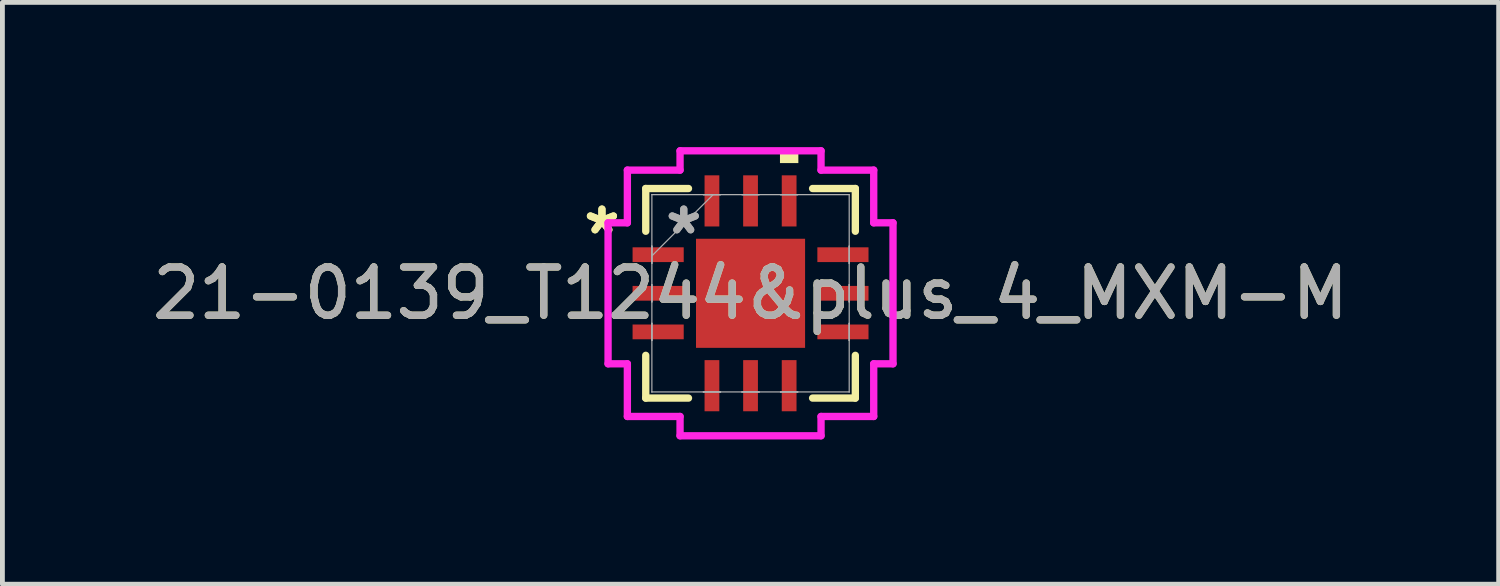
<source format=kicad_pcb>
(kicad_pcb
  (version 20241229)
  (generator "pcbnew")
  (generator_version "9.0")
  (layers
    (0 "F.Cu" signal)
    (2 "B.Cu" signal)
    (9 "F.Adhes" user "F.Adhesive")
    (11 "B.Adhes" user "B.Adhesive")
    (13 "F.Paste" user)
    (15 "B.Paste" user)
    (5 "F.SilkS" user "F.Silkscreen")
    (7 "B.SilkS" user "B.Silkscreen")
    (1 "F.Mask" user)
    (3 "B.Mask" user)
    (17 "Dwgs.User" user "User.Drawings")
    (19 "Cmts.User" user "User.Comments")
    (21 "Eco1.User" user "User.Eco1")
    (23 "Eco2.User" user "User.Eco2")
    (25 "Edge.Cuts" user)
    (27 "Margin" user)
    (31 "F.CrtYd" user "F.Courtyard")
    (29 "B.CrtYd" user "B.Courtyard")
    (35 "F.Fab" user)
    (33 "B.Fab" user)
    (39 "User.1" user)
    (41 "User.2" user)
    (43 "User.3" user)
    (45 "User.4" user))
  (footprint "21-0139_T1244&plus_4_MXM-M"
    (layer "F.Cu")
    (at 12.506 3.029)
    (property "Reference" "21-0139_T1244&plus_4_MXM-M" (at 0 0 0) (unlocked yes) (layer "F.SilkS") (effects (font (size 1 1) (thickness 0.15))))
    (attr smd)
    (fp_line (start -2.172 -2.172) (end -2.172 -1.286) (stroke (width 0.152) (type solid)) (layer "F.SilkS"))
    (fp_line (start -2.172 1.286) (end -2.172 2.172) (stroke (width 0.152) (type solid)) (layer "F.SilkS"))
    (fp_line (start -2.172 2.172) (end -1.286 2.172) (stroke (width 0.152) (type solid)) (layer "F.SilkS"))
    (fp_line (start -1.286 -2.172) (end -2.172 -2.172) (stroke (width 0.152) (type solid)) (layer "F.SilkS"))
    (fp_line (start 1.286 2.172) (end 2.172 2.172) (stroke (width 0.152) (type solid)) (layer "F.SilkS"))
    (fp_line (start 2.172 -2.172) (end 1.286 -2.172) (stroke (width 0.152) (type solid)) (layer "F.SilkS"))
    (fp_line (start 2.172 -1.286) (end 2.172 -2.172) (stroke (width 0.152) (type solid)) (layer "F.SilkS"))
    (fp_line (start 2.172 2.172) (end 2.172 1.286) (stroke (width 0.152) (type solid)) (layer "F.SilkS"))
    (fp_poly (pts (xy 0.61 -2.699) (xy 0.61 -2.953) (xy 0.991 -2.953) (xy 0.991 -2.699)) (stroke (width 0) (type solid)) (fill yes) (layer "F.SilkS"))
    (fp_line (start -2.953 -1.461) (end -2.553 -1.461) (stroke (width 0.152) (type solid)) (layer "F.CrtYd"))
    (fp_line (start -2.953 1.461) (end -2.953 -1.461) (stroke (width 0.152) (type solid)) (layer "F.CrtYd"))
    (fp_line (start -2.553 -2.553) (end -1.461 -2.553) (stroke (width 0.152) (type solid)) (layer "F.CrtYd"))
    (fp_line (start -2.553 -1.461) (end -2.553 -2.553) (stroke (width 0.152) (type solid)) (layer "F.CrtYd"))
    (fp_line (start -2.553 1.461) (end -2.953 1.461) (stroke (width 0.152) (type solid)) (layer "F.CrtYd"))
    (fp_line (start -2.553 2.553) (end -2.553 1.461) (stroke (width 0.152) (type solid)) (layer "F.CrtYd"))
    (fp_line (start -1.461 -2.953) (end 1.461 -2.953) (stroke (width 0.152) (type solid)) (layer "F.CrtYd"))
    (fp_line (start -1.461 -2.553) (end -1.461 -2.953) (stroke (width 0.152) (type solid)) (layer "F.CrtYd"))
    (fp_line (start -1.461 2.553) (end -2.553 2.553) (stroke (width 0.152) (type solid)) (layer "F.CrtYd"))
    (fp_line (start -1.461 2.953) (end -1.461 2.553) (stroke (width 0.152) (type solid)) (layer "F.CrtYd"))
    (fp_line (start 1.461 -2.953) (end 1.461 -2.553) (stroke (width 0.152) (type solid)) (layer "F.CrtYd"))
    (fp_line (start 1.461 -2.553) (end 2.553 -2.553) (stroke (width 0.152) (type solid)) (layer "F.CrtYd"))
    (fp_line (start 1.461 2.553) (end 1.461 2.953) (stroke (width 0.152) (type solid)) (layer "F.CrtYd"))
    (fp_line (start 1.461 2.953) (end -1.461 2.953) (stroke (width 0.152) (type solid)) (layer "F.CrtYd"))
    (fp_line (start 2.553 -2.553) (end 2.553 -1.461) (stroke (width 0.152) (type solid)) (layer "F.CrtYd"))
    (fp_line (start 2.553 -1.461) (end 2.953 -1.461) (stroke (width 0.152) (type solid)) (layer "F.CrtYd"))
    (fp_line (start 2.553 1.461) (end 2.553 2.553) (stroke (width 0.152) (type solid)) (layer "F.CrtYd"))
    (fp_line (start 2.553 2.553) (end 1.461 2.553) (stroke (width 0.152) (type solid)) (layer "F.CrtYd"))
    (fp_line (start 2.953 -1.461) (end 2.953 1.461) (stroke (width 0.152) (type solid)) (layer "F.CrtYd"))
    (fp_line (start 2.953 1.461) (end 2.553 1.461) (stroke (width 0.152) (type solid)) (layer "F.CrtYd"))
    (fp_line (start -2.045 -2.045) (end -2.045 -2.045) (stroke (width 0.025) (type solid)) (layer "F.Fab"))
    (fp_line (start -2.045 -2.045) (end -2.045 2.045) (stroke (width 0.025) (type solid)) (layer "F.Fab"))
    (fp_line (start -2.045 -0.978) (end -2.045 -0.978) (stroke (width 0.025) (type solid)) (layer "F.Fab"))
    (fp_line (start -2.045 -0.978) (end -2.045 -0.622) (stroke (width 0.025) (type solid)) (layer "F.Fab"))
    (fp_line (start -2.045 -0.775) (end -0.775 -2.045) (stroke (width 0.025) (type solid)) (layer "F.Fab"))
    (fp_line (start -2.045 -0.622) (end -2.045 -0.978) (stroke (width 0.025) (type solid)) (layer "F.Fab"))
    (fp_line (start -2.045 -0.622) (end -2.045 -0.622) (stroke (width 0.025) (type solid)) (layer "F.Fab"))
    (fp_line (start -2.045 -0.178) (end -2.045 -0.178) (stroke (width 0.025) (type solid)) (layer "F.Fab"))
    (fp_line (start -2.045 -0.178) (end -2.045 0.178) (stroke (width 0.025) (type solid)) (layer "F.Fab"))
    (fp_line (start -2.045 0.178) (end -2.045 -0.178) (stroke (width 0.025) (type solid)) (layer "F.Fab"))
    (fp_line (start -2.045 0.178) (end -2.045 0.178) (stroke (width 0.025) (type solid)) (layer "F.Fab"))
    (fp_line (start -2.045 0.622) (end -2.045 0.622) (stroke (width 0.025) (type solid)) (layer "F.Fab"))
    (fp_line (start -2.045 0.622) (end -2.045 0.978) (stroke (width 0.025) (type solid)) (layer "F.Fab"))
    (fp_line (start -2.045 0.978) (end -2.045 0.622) (stroke (width 0.025) (type solid)) (layer "F.Fab"))
    (fp_line (start -2.045 0.978) (end -2.045 0.978) (stroke (width 0.025) (type solid)) (layer "F.Fab"))
    (fp_line (start -2.045 2.045) (end -2.045 2.045) (stroke (width 0.025) (type solid)) (layer "F.Fab"))
    (fp_line (start -2.045 2.045) (end 2.045 2.045) (stroke (width 0.025) (type solid)) (layer "F.Fab"))
    (fp_line (start -0.978 -2.045) (end -0.978 -2.045) (stroke (width 0.025) (type solid)) (layer "F.Fab"))
    (fp_line (start -0.978 -2.045) (end -0.622 -2.045) (stroke (width 0.025) (type solid)) (layer "F.Fab"))
    (fp_line (start -0.978 2.045) (end -0.978 2.045) (stroke (width 0.025) (type solid)) (layer "F.Fab"))
    (fp_line (start -0.978 2.045) (end -0.622 2.045) (stroke (width 0.025) (type solid)) (layer "F.Fab"))
    (fp_line (start -0.622 -2.045) (end -0.978 -2.045) (stroke (width 0.025) (type solid)) (layer "F.Fab"))
    (fp_line (start -0.622 -2.045) (end -0.622 -2.045) (stroke (width 0.025) (type solid)) (layer "F.Fab"))
    (fp_line (start -0.622 2.045) (end -0.978 2.045) (stroke (width 0.025) (type solid)) (layer "F.Fab"))
    (fp_line (start -0.622 2.045) (end -0.622 2.045) (stroke (width 0.025) (type solid)) (layer "F.Fab"))
    (fp_line (start -0.178 -2.045) (end -0.178 -2.045) (stroke (width 0.025) (type solid)) (layer "F.Fab"))
    (fp_line (start -0.178 -2.045) (end 0.178 -2.045) (stroke (width 0.025) (type solid)) (layer "F.Fab"))
    (fp_line (start -0.178 2.045) (end -0.178 2.045) (stroke (width 0.025) (type solid)) (layer "F.Fab"))
    (fp_line (start -0.178 2.045) (end 0.178 2.045) (stroke (width 0.025) (type solid)) (layer "F.Fab"))
    (fp_line (start 0.178 -2.045) (end -0.178 -2.045) (stroke (width 0.025) (type solid)) (layer "F.Fab"))
    (fp_line (start 0.178 -2.045) (end 0.178 -2.045) (stroke (width 0.025) (type solid)) (layer "F.Fab"))
    (fp_line (start 0.178 2.045) (end -0.178 2.045) (stroke (width 0.025) (type solid)) (layer "F.Fab"))
    (fp_line (start 0.178 2.045) (end 0.178 2.045) (stroke (width 0.025) (type solid)) (layer "F.Fab"))
    (fp_line (start 0.622 -2.045) (end 0.622 -2.045) (stroke (width 0.025) (type solid)) (layer "F.Fab"))
    (fp_line (start 0.622 -2.045) (end 0.978 -2.045) (stroke (width 0.025) (type solid)) (layer "F.Fab"))
    (fp_line (start 0.622 2.045) (end 0.622 2.045) (stroke (width 0.025) (type solid)) (layer "F.Fab"))
    (fp_line (start 0.622 2.045) (end 0.978 2.045) (stroke (width 0.025) (type solid)) (layer "F.Fab"))
    (fp_line (start 0.978 -2.045) (end 0.622 -2.045) (stroke (width 0.025) (type solid)) (layer "F.Fab"))
    (fp_line (start 0.978 -2.045) (end 0.978 -2.045) (stroke (width 0.025) (type solid)) (layer "F.Fab"))
    (fp_line (start 0.978 2.045) (end 0.622 2.045) (stroke (width 0.025) (type solid)) (layer "F.Fab"))
    (fp_line (start 0.978 2.045) (end 0.978 2.045) (stroke (width 0.025) (type solid)) (layer "F.Fab"))
    (fp_line (start 2.045 -2.045) (end -2.045 -2.045) (stroke (width 0.025) (type solid)) (layer "F.Fab"))
    (fp_line (start 2.045 -2.045) (end 2.045 -2.045) (stroke (width 0.025) (type solid)) (layer "F.Fab"))
    (fp_line (start 2.045 -0.978) (end 2.045 -0.978) (stroke (width 0.025) (type solid)) (layer "F.Fab"))
    (fp_line (start 2.045 -0.978) (end 2.045 -0.622) (stroke (width 0.025) (type solid)) (layer "F.Fab"))
    (fp_line (start 2.045 -0.622) (end 2.045 -0.978) (stroke (width 0.025) (type solid)) (layer "F.Fab"))
    (fp_line (start 2.045 -0.622) (end 2.045 -0.622) (stroke (width 0.025) (type solid)) (layer "F.Fab"))
    (fp_line (start 2.045 -0.178) (end 2.045 -0.178) (stroke (width 0.025) (type solid)) (layer "F.Fab"))
    (fp_line (start 2.045 -0.178) (end 2.045 0.178) (stroke (width 0.025) (type solid)) (layer "F.Fab"))
    (fp_line (start 2.045 0.178) (end 2.045 -0.178) (stroke (width 0.025) (type solid)) (layer "F.Fab"))
    (fp_line (start 2.045 0.178) (end 2.045 0.178) (stroke (width 0.025) (type solid)) (layer "F.Fab"))
    (fp_line (start 2.045 0.622) (end 2.045 0.622) (stroke (width 0.025) (type solid)) (layer "F.Fab"))
    (fp_line (start 2.045 0.622) (end 2.045 0.978) (stroke (width 0.025) (type solid)) (layer "F.Fab"))
    (fp_line (start 2.045 0.978) (end 2.045 0.622) (stroke (width 0.025) (type solid)) (layer "F.Fab"))
    (fp_line (start 2.045 0.978) (end 2.045 0.978) (stroke (width 0.025) (type solid)) (layer "F.Fab"))
    (fp_line (start 2.045 2.045) (end 2.045 -2.045) (stroke (width 0.025) (type solid)) (layer "F.Fab"))
    (fp_line (start 2.045 2.045) (end 2.045 2.045) (stroke (width 0.025) (type solid)) (layer "F.Fab"))
    (fp_text user "*" (at -3.08 -1.2 0) (unlocked yes) (layer "F.SilkS") (effects (font (size 1 1) (thickness 0.15))))
    (fp_text user "*" (at -3.08 -1.2 0) (layer "F.SilkS") (effects (font (size 1 1) (thickness 0.15))))
    (fp_text user "*" (at -1.384 -1.2 0) (unlocked yes) (layer "F.Fab") (effects (font (size 1 1) (thickness 0.15))))
    (fp_text user "*" (at -1.384 -1.2 0) (layer "F.Fab") (effects (font (size 1 1) (thickness 0.15))))
    (fp_text user "${REFERENCE}" (at 0 0 0) (unlocked yes) (layer "F.Fab") (effects (font (size 1 1) (thickness 0.15))))
    (pad "1" smd rect (at -1.915 -0.8 90) (size 0.306 1.06) (layers "F.Cu" "F.Mask" "F.Paste"))
    (pad "2" smd rect (at -1.915 0 90) (size 0.306 1.06) (layers "F.Cu" "F.Mask" "F.Paste"))
    (pad "3" smd rect (at -1.915 0.8 90) (size 0.306 1.06) (layers "F.Cu" "F.Mask" "F.Paste"))
    (pad "4" smd rect (at -0.8 1.915) (size 0.306 1.06) (layers "F.Cu" "F.Mask" "F.Paste"))
    (pad "5" smd rect (at 0 1.915) (size 0.306 1.06) (layers "F.Cu" "F.Mask" "F.Paste"))
    (pad "6" smd rect (at 0.8 1.915) (size 0.306 1.06) (layers "F.Cu" "F.Mask" "F.Paste"))
    (pad "7" smd rect (at 1.915 0.8 90) (size 0.306 1.06) (layers "F.Cu" "F.Mask" "F.Paste"))
    (pad "8" smd rect (at 1.915 0 90) (size 0.306 1.06) (layers "F.Cu" "F.Mask" "F.Paste"))
    (pad "9" smd rect (at 1.915 -0.8 90) (size 0.306 1.06) (layers "F.Cu" "F.Mask" "F.Paste"))
    (pad "10" smd rect (at 0.8 -1.915) (size 0.306 1.06) (layers "F.Cu" "F.Mask" "F.Paste"))
    (pad "11" smd rect (at 0 -1.915) (size 0.306 1.06) (layers "F.Cu" "F.Mask" "F.Paste"))
    (pad "12" smd rect (at -0.8 -1.915) (size 0.306 1.06) (layers "F.Cu" "F.Mask" "F.Paste"))
    (pad "13" smd rect (at 0 0) (size 2.261 2.261) (layers "F.Cu" "F.Mask" "F.Paste")))
  (gr_rect
    (start -3 -3)
    (end 28.012 9.058)
    (stroke (width 0.1) (type default))
    (fill no)
    (layer "Edge.Cuts")))
</source>
